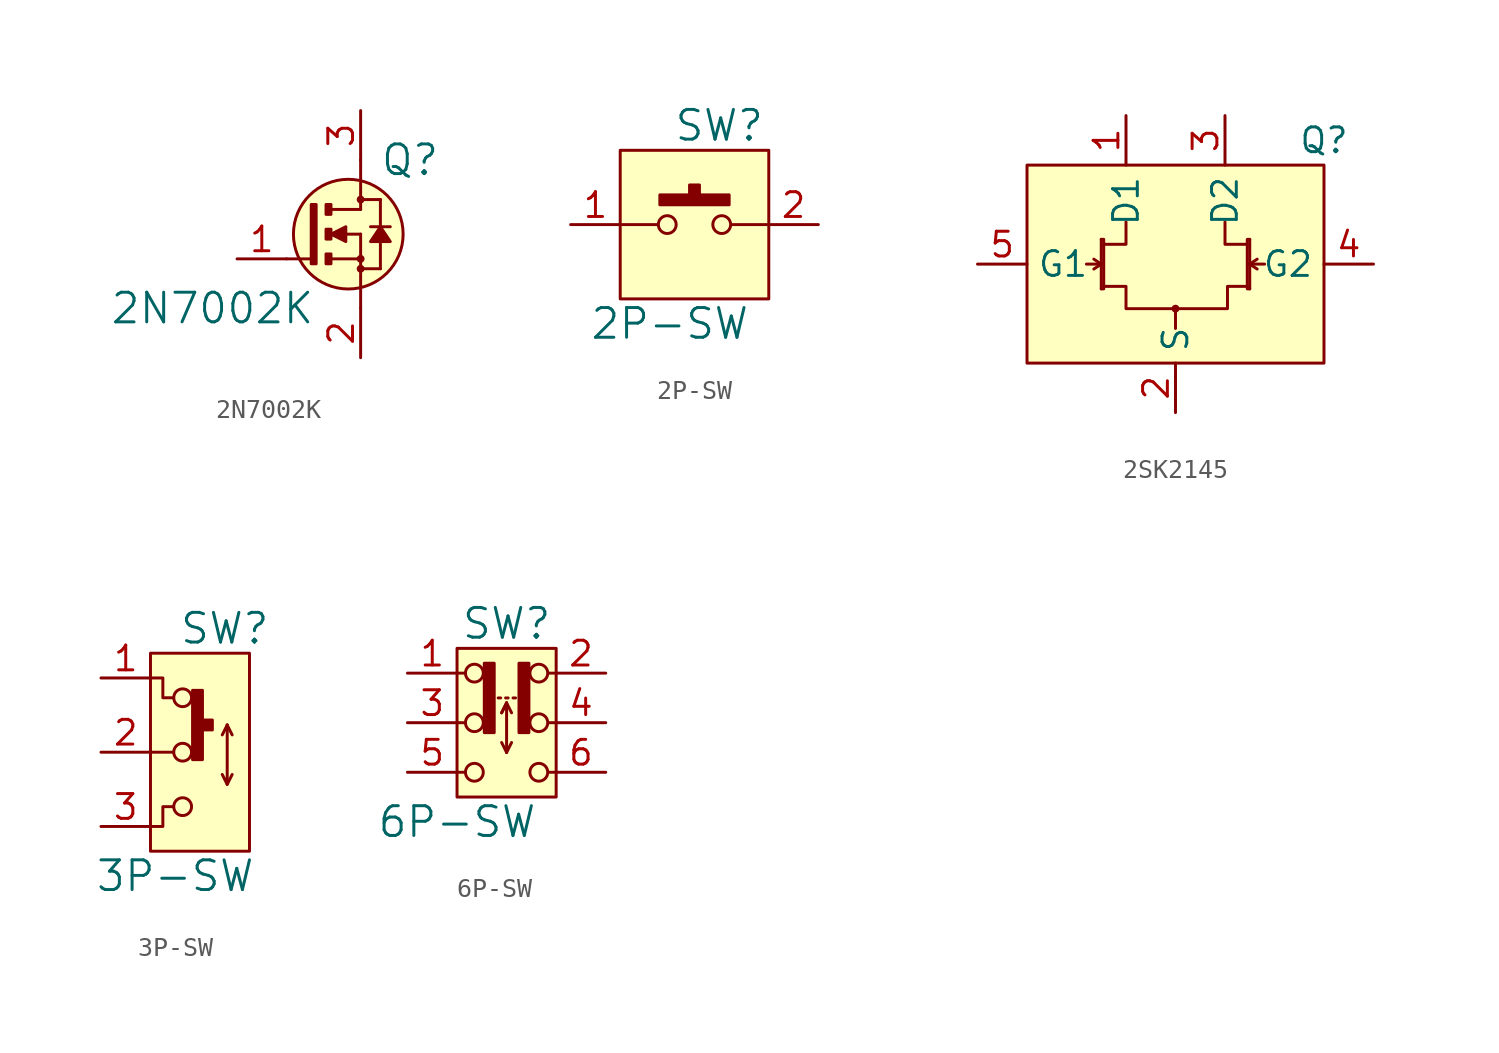
<source format=kicad_sym>
(kicad_symbol_lib
  (version 20220914)
  (generator kicad_symbol_editor)
  (symbol "2N7002K"
    (pin_names
      (offset 1.016) hide)
    (property "Reference" "Q"
      (at 2.54 3.81 0)
      (effects (font (size 1.524 1.524))))
    (property "Value" "2N7002K"
      (at -7.62 -3.81 0)
      (effects (font (size 1.524 1.524))))
    (symbol "2N7002K_0_1"
      (rectangle (start -2.286 -1.524) (end -2.54 1.524) (stroke (width 0) (type default)) (fill (type outline)))
      (rectangle (start -1.778 -1.524) (end -1.524 -1.016) (stroke (width 0) (type default)) (fill (type outline)))
      (rectangle (start -1.778 -0.254) (end -1.524 0.254) (stroke (width 0) (type default)) (fill (type outline)))
      (rectangle (start -1.778 1.016) (end -1.524 1.524) (stroke (width 0) (type default)) (fill (type outline)))
      (circle (center -0.635 0) (radius 2.819) (stroke (width 0) (type default)) (fill (type background)))
      (circle (center 0 -1.778) (radius 0.127) (stroke (width 0) (type default)) (fill (type none)))
      (circle (center 0 -1.27) (radius 0.127) (stroke (width 0) (type default)) (fill (type none)))
      (polyline (pts (xy -2.54 -1.27) (xy -3.81 -1.27) (xy -3.81 -1.27)) (stroke (width 0) (type default)) (fill (type none)))
      (polyline (pts (xy -1.524 -1.27) (xy 0 -1.27) (xy 0 -1.27)) (stroke (width 0) (type default)) (fill (type none)))
      (polyline (pts (xy -1.524 1.27) (xy 0 1.27) (xy 0 1.27)) (stroke (width 0) (type default)) (fill (type none)))
      (polyline (pts (xy -0.762 0) (xy 0 0) (xy 0 0)) (stroke (width 0) (type default)) (fill (type none)))
      (polyline (pts (xy 0 0) (xy 0 -3.81) (xy 0 -3.81)) (stroke (width 0) (type default)) (fill (type none)))
      (polyline (pts (xy 0 1.27) (xy 0 3.81) (xy 0 3.81)) (stroke (width 0) (type default)) (fill (type none)))
      (polyline (pts (xy 0 1.778) (xy 1.016 1.778) (xy 1.016 1.778)) (stroke (width 0) (type default)) (fill (type none)))
      (polyline (pts (xy 0.508 0.381) (xy 1.524 0.381) (xy 1.524 0.381)) (stroke (width 0) (type default)) (fill (type none)))
      (polyline (pts (xy 1.016 -1.778) (xy 1.016 1.778) (xy 1.016 1.778)) (stroke (width 0) (type default)) (fill (type outline)))
      (polyline (pts (xy -1.524 0) (xy -0.762 -0.381) (xy -0.762 0.381) (xy -1.524 0) (xy -1.524 0)) (stroke (width 0) (type default)) (fill (type outline)))
      (polyline (pts (xy 0 -1.778) (xy 1.016 -1.778) (xy 1.016 -1.778) (xy 1.016 -1.778) (xy 1.016 -1.778)) (stroke (width 0) (type default)) (fill (type none)))
      (polyline (pts (xy 0.508 -0.381) (xy 1.016 0.381) (xy 1.524 -0.381) (xy 0.508 -0.381) (xy 0.508 -0.381)) (stroke (width 0) (type default)) (fill (type outline)))
      (circle (center 0 1.778) (radius 0.127) (stroke (width 0) (type default)) (fill (type none))))
    (symbol "2N7002K_1_1"
      (pin passive line (at -6.35 -1.27 0) (length 2.54) (name "G" (effects (font (size 1.27 1.27)))) (number "1" (effects (font (size 1.27 1.27)))))
      (pin passive line (at 0 -6.35 90) (length 2.54) (name "S" (effects (font (size 1.27 1.27)))) (number "2" (effects (font (size 1.27 1.27)))))
      (pin passive line (at 0 6.35 270) (length 2.54) (name "D" (effects (font (size 1.27 1.27)))) (number "3" (effects (font (size 1.27 1.27)))))))
  (symbol "2P-SW"
    (pin_names
      (offset 1.016))
    (property "Reference" "SW"
      (at 1.27 5.08 0)
      (effects (font (size 1.524 1.524))))
    (property "Value" "2P-SW"
      (at -1.27 -5.08 0)
      (effects (font (size 1.524 1.524))))
    (symbol "2P-SW_0_1"
      (rectangle (start -3.81 3.81) (end 3.81 -3.81) (stroke (width 0) (type default)) (fill (type background)))
      (rectangle (start -1.778 1.524) (end 1.778 1.016) (stroke (width 0) (type default)) (fill (type outline)))
      (circle (center -1.397 0) (radius 0.457) (stroke (width 0) (type default)) (fill (type none)))
      (rectangle (start -0.254 1.524) (end 0.254 2.032) (stroke (width 0) (type default)) (fill (type outline)))
      (polyline (pts (xy -3.81 0) (xy -1.905 0)) (stroke (width 0) (type default)) (fill (type none)))
      (polyline (pts (xy 1.905 0) (xy 3.81 0)) (stroke (width 0) (type default)) (fill (type none)))
      (circle (center 1.397 0) (radius 0.457) (stroke (width 0) (type default)) (fill (type none))))
    (symbol "2P-SW_1_1"
      (pin passive line (at -6.35 0 0) (length 2.54) (name "~" (effects (font (size 1.27 1.27)))) (number "1" (effects (font (size 1.27 1.27)))))
      (pin passive line (at 6.35 0 180) (length 2.54) (name "~" (effects (font (size 1.27 1.27)))) (number "2" (effects (font (size 1.27 1.27)))))))
  (symbol "2SK2145"
    (property "Reference" "Q"
      (at 7.62 6.35 0)
      (effects (font (size 1.27 1.27))))
    (property "Value" ""
      (at 0 0 0)
      (effects (font (size 1.27 1.27))))
    (symbol "2SK2145_0_1"
      (rectangle (start -7.62 5.08) (end 7.62 -5.08) (stroke (width 0) (type default)) (fill (type background)))
      (circle (center 0 -2.286) (radius 0.127) (stroke (width 0) (type default)) (fill (type none)))
      (polyline (pts (xy -3.81 0) (xy -4.572 0)) (stroke (width 0) (type default)) (fill (type none)))
      (polyline (pts (xy -3.81 0) (xy -4.191 -0.254)) (stroke (width 0) (type default)) (fill (type none)))
      (polyline (pts (xy -3.81 0) (xy -4.191 0.254)) (stroke (width 0) (type default)) (fill (type none)))
      (polyline (pts (xy -3.81 1.27) (xy -3.81 -1.27)) (stroke (width 0) (type default)) (fill (type none)))
      (polyline (pts (xy 0 -2.286) (xy 0 -3.302)) (stroke (width 0) (type default)) (fill (type none)))
      (polyline (pts (xy 3.81 0) (xy 4.191 -0.254)) (stroke (width 0) (type default)) (fill (type none)))
      (polyline (pts (xy 3.81 0) (xy 4.191 0.254)) (stroke (width 0) (type default)) (fill (type none)))
      (polyline (pts (xy 3.81 0) (xy 4.572 0)) (stroke (width 0) (type default)) (fill (type none)))
      (polyline (pts (xy 3.81 1.27) (xy 3.81 -1.27)) (stroke (width 0) (type default)) (fill (type none)))
      (polyline (pts (xy 3.683 1.016) (xy 2.54 1.016) (xy 2.54 2.159)) (stroke (width 0) (type default)) (fill (type none)))
      (polyline (pts (xy -3.81 1.27) (xy -3.683 1.27) (xy -3.683 -1.27) (xy -3.81 -1.27)) (stroke (width 0) (type default)) (fill (type none)))
      (polyline (pts (xy -3.683 1.016) (xy -2.54 1.016) (xy -2.54 2.032) (xy -2.54 2.159)) (stroke (width 0) (type default)) (fill (type none)))
      (polyline (pts (xy 3.81 1.27) (xy 3.683 1.27) (xy 3.683 -1.27) (xy 3.81 -1.27)) (stroke (width 0) (type default)) (fill (type none)))
      (polyline (pts (xy -3.683 -1.143) (xy -2.54 -1.143) (xy -2.54 -2.286) (xy 2.667 -2.286) (xy 2.667 -1.143) (xy 3.683 -1.143)) (stroke (width 0) (type default)) (fill (type none))))
    (symbol "2SK2145_1_1"
      (pin passive line (at -2.54 7.62 270) (length 2.54) (name "D1" (effects (font (size 1.27 1.27)))) (number "1" (effects (font (size 1.27 1.27)))))
      (pin passive line (at 0 -7.62 90) (length 2.54) (name "S" (effects (font (size 1.27 1.27)))) (number "2" (effects (font (size 1.27 1.27)))))
      (pin passive line (at 2.54 7.62 270) (length 2.54) (name "D2" (effects (font (size 1.27 1.27)))) (number "3" (effects (font (size 1.27 1.27)))))
      (pin input line (at 10.16 0 180) (length 2.54) (name "G2" (effects (font (size 1.27 1.27)))) (number "4" (effects (font (size 1.27 1.27)))))
      (pin input line (at -10.16 0 0) (length 2.54) (name "G1" (effects (font (size 1.27 1.27)))) (number "5" (effects (font (size 1.27 1.27)))))))
  (symbol "3P-SW"
    (pin_names
      (offset 1.016))
    (property "Reference" "SW"
      (at 1.27 6.35 0)
      (effects (font (size 1.524 1.524))))
    (property "Value" "3P-SW"
      (at -1.27 -6.35 0)
      (effects (font (size 1.524 1.524))))
    (symbol "3P-SW_0_1"
      (rectangle (start -2.54 5.08) (end 2.54 -5.08) (stroke (width 0) (type default)) (fill (type background)))
      (circle (center -0.889 -2.794) (radius 0.457) (stroke (width 0) (type default)) (fill (type none)))
      (circle (center -0.889 0) (radius 0.457) (stroke (width 0) (type default)) (fill (type none)))
      (circle (center -0.889 2.794) (radius 0.457) (stroke (width 0) (type default)) (fill (type none)))
      (polyline (pts (xy -1.397 0) (xy -2.54 0)) (stroke (width 0) (type default)) (fill (type none)))
      (polyline (pts (xy 1.397 -1.651) (xy 1.651 -1.143)) (stroke (width 0) (type default)) (fill (type none)))
      (polyline (pts (xy 1.397 1.397) (xy 1.143 0.889)) (stroke (width 0) (type default)) (fill (type none)))
      (polyline (pts (xy 1.397 1.397) (xy 1.651 0.889)) (stroke (width 0) (type default)) (fill (type none)))
      (polyline (pts (xy 1.397 1.397) (xy 1.397 -1.651) (xy 1.143 -1.143)) (stroke (width 0) (type default)) (fill (type none)))
      (polyline (pts (xy -1.397 -2.794) (xy -1.905 -2.794) (xy -1.905 -3.81) (xy -2.54 -3.81)) (stroke (width 0) (type default)) (fill (type none)))
      (polyline (pts (xy -1.397 2.794) (xy -1.905 2.794) (xy -1.905 3.81) (xy -2.54 3.81)) (stroke (width 0) (type default)) (fill (type none)))
      (rectangle (start 0.127 -0.381) (end -0.381 3.175) (stroke (width 0) (type default)) (fill (type outline)))
      (rectangle (start 0.127 1.143) (end 0.635 1.651) (stroke (width 0) (type default)) (fill (type outline))))
    (symbol "3P-SW_1_1"
      (pin passive line (at -5.08 3.81 0) (length 2.54) (name "~" (effects (font (size 1.27 1.27)))) (number "1" (effects (font (size 1.27 1.27)))))
      (pin passive line (at -5.08 0 0) (length 2.54) (name "~" (effects (font (size 1.27 1.27)))) (number "2" (effects (font (size 1.27 1.27)))))
      (pin passive line (at -5.08 -3.81 0) (length 2.54) (name "~" (effects (font (size 1.27 1.27)))) (number "3" (effects (font (size 1.27 1.27)))))))
  (symbol "6P-SW"
    (pin_names
      (offset 1.016))
    (property "Reference" "SW"
      (at 0 5.08 0)
      (effects (font (size 1.524 1.524))))
    (property "Value" "6P-SW"
      (at -2.54 -5.08 0)
      (effects (font (size 1.524 1.524))))
    (property "Footprint" ""
      (at -1.143 -0.127 0)
      (effects (font (size 1.524 1.524))))
    (property "Datasheet" ""
      (at -1.143 -0.127 0)
      (effects (font (size 1.524 1.524))))
    (symbol "6P-SW_0_1"
      (rectangle (start -2.54 3.81) (end 2.54 -3.81) (stroke (width 0) (type default)) (fill (type background)))
      (circle (center -1.651 -2.54) (radius 0.457) (stroke (width 0) (type default)) (fill (type none)))
      (circle (center -1.651 0) (radius 0.457) (stroke (width 0) (type default)) (fill (type none)))
      (circle (center -1.651 2.54) (radius 0.457) (stroke (width 0) (type default)) (fill (type none)))
      (rectangle (start -0.635 -0.508) (end -1.143 3.048) (stroke (width 0) (type default)) (fill (type outline)))
      (polyline (pts (xy -2.54 -2.54) (xy -2.159 -2.54)) (stroke (width 0) (type default)) (fill (type none)))
      (polyline (pts (xy -2.54 0) (xy -2.159 0)) (stroke (width 0) (type default)) (fill (type none)))
      (polyline (pts (xy -2.54 2.54) (xy -2.159 2.54)) (stroke (width 0) (type default)) (fill (type none)))
      (polyline (pts (xy -0.432 1.27) (xy -0.305 1.27)) (stroke (width 0) (type default)) (fill (type none)))
      (polyline (pts (xy -0.051 1.27) (xy 0.076 1.27)) (stroke (width 0) (type default)) (fill (type none)))
      (polyline (pts (xy 0 -1.524) (xy -0.254 -1.016)) (stroke (width 0) (type default)) (fill (type none)))
      (polyline (pts (xy 0 -1.524) (xy 0 1.016)) (stroke (width 0) (type default)) (fill (type none)))
      (polyline (pts (xy 0 -1.524) (xy 0.254 -1.016)) (stroke (width 0) (type default)) (fill (type none)))
      (polyline (pts (xy 0 1.016) (xy -0.254 0.508)) (stroke (width 0) (type default)) (fill (type none)))
      (polyline (pts (xy 0 1.016) (xy -0.254 0.508)) (stroke (width 0) (type default)) (fill (type none)))
      (polyline (pts (xy 0 1.016) (xy 0.254 0.508)) (stroke (width 0) (type default)) (fill (type none)))
      (polyline (pts (xy 0.33 1.27) (xy 0.457 1.27)) (stroke (width 0) (type default)) (fill (type none)))
      (polyline (pts (xy 2.54 -2.54) (xy 2.159 -2.54)) (stroke (width 0) (type default)) (fill (type none)))
      (polyline (pts (xy 2.54 0) (xy 2.159 0)) (stroke (width 0) (type default)) (fill (type none)))
      (polyline (pts (xy 2.54 2.54) (xy 2.159 2.54)) (stroke (width 0) (type default)) (fill (type none)))
      (rectangle (start 0.635 -0.508) (end 1.143 3.048) (stroke (width 0) (type default)) (fill (type outline)))
      (circle (center 1.651 -2.54) (radius 0.457) (stroke (width 0) (type default)) (fill (type none)))
      (circle (center 1.651 0) (radius 0.457) (stroke (width 0) (type default)) (fill (type none)))
      (circle (center 1.651 2.54) (radius 0.457) (stroke (width 0) (type default)) (fill (type none))))
    (symbol "6P-SW_1_1"
      (pin passive line (at -5.08 2.54 0) (length 2.54) (name "~" (effects (font (size 1.27 1.27)))) (number "1" (effects (font (size 1.27 1.27)))))
      (pin passive line (at 5.08 2.54 180) (length 2.54) (name "~" (effects (font (size 1.27 1.27)))) (number "2" (effects (font (size 1.27 1.27)))))
      (pin passive line (at -5.08 0 0) (length 2.54) (name "~" (effects (font (size 1.27 1.27)))) (number "3" (effects (font (size 1.27 1.27)))))
      (pin passive line (at 5.08 0 180) (length 2.54) (name "~" (effects (font (size 1.27 1.27)))) (number "4" (effects (font (size 1.27 1.27)))))
      (pin passive line (at -5.08 -2.54 0) (length 2.54) (name "~" (effects (font (size 1.27 1.27)))) (number "5" (effects (font (size 1.27 1.27)))))
      (pin passive line (at 5.08 -2.54 180) (length 2.54) (name "~" (effects (font (size 1.27 1.27)))) (number "6" (effects (font (size 1.27 1.27))))))))
</source>
